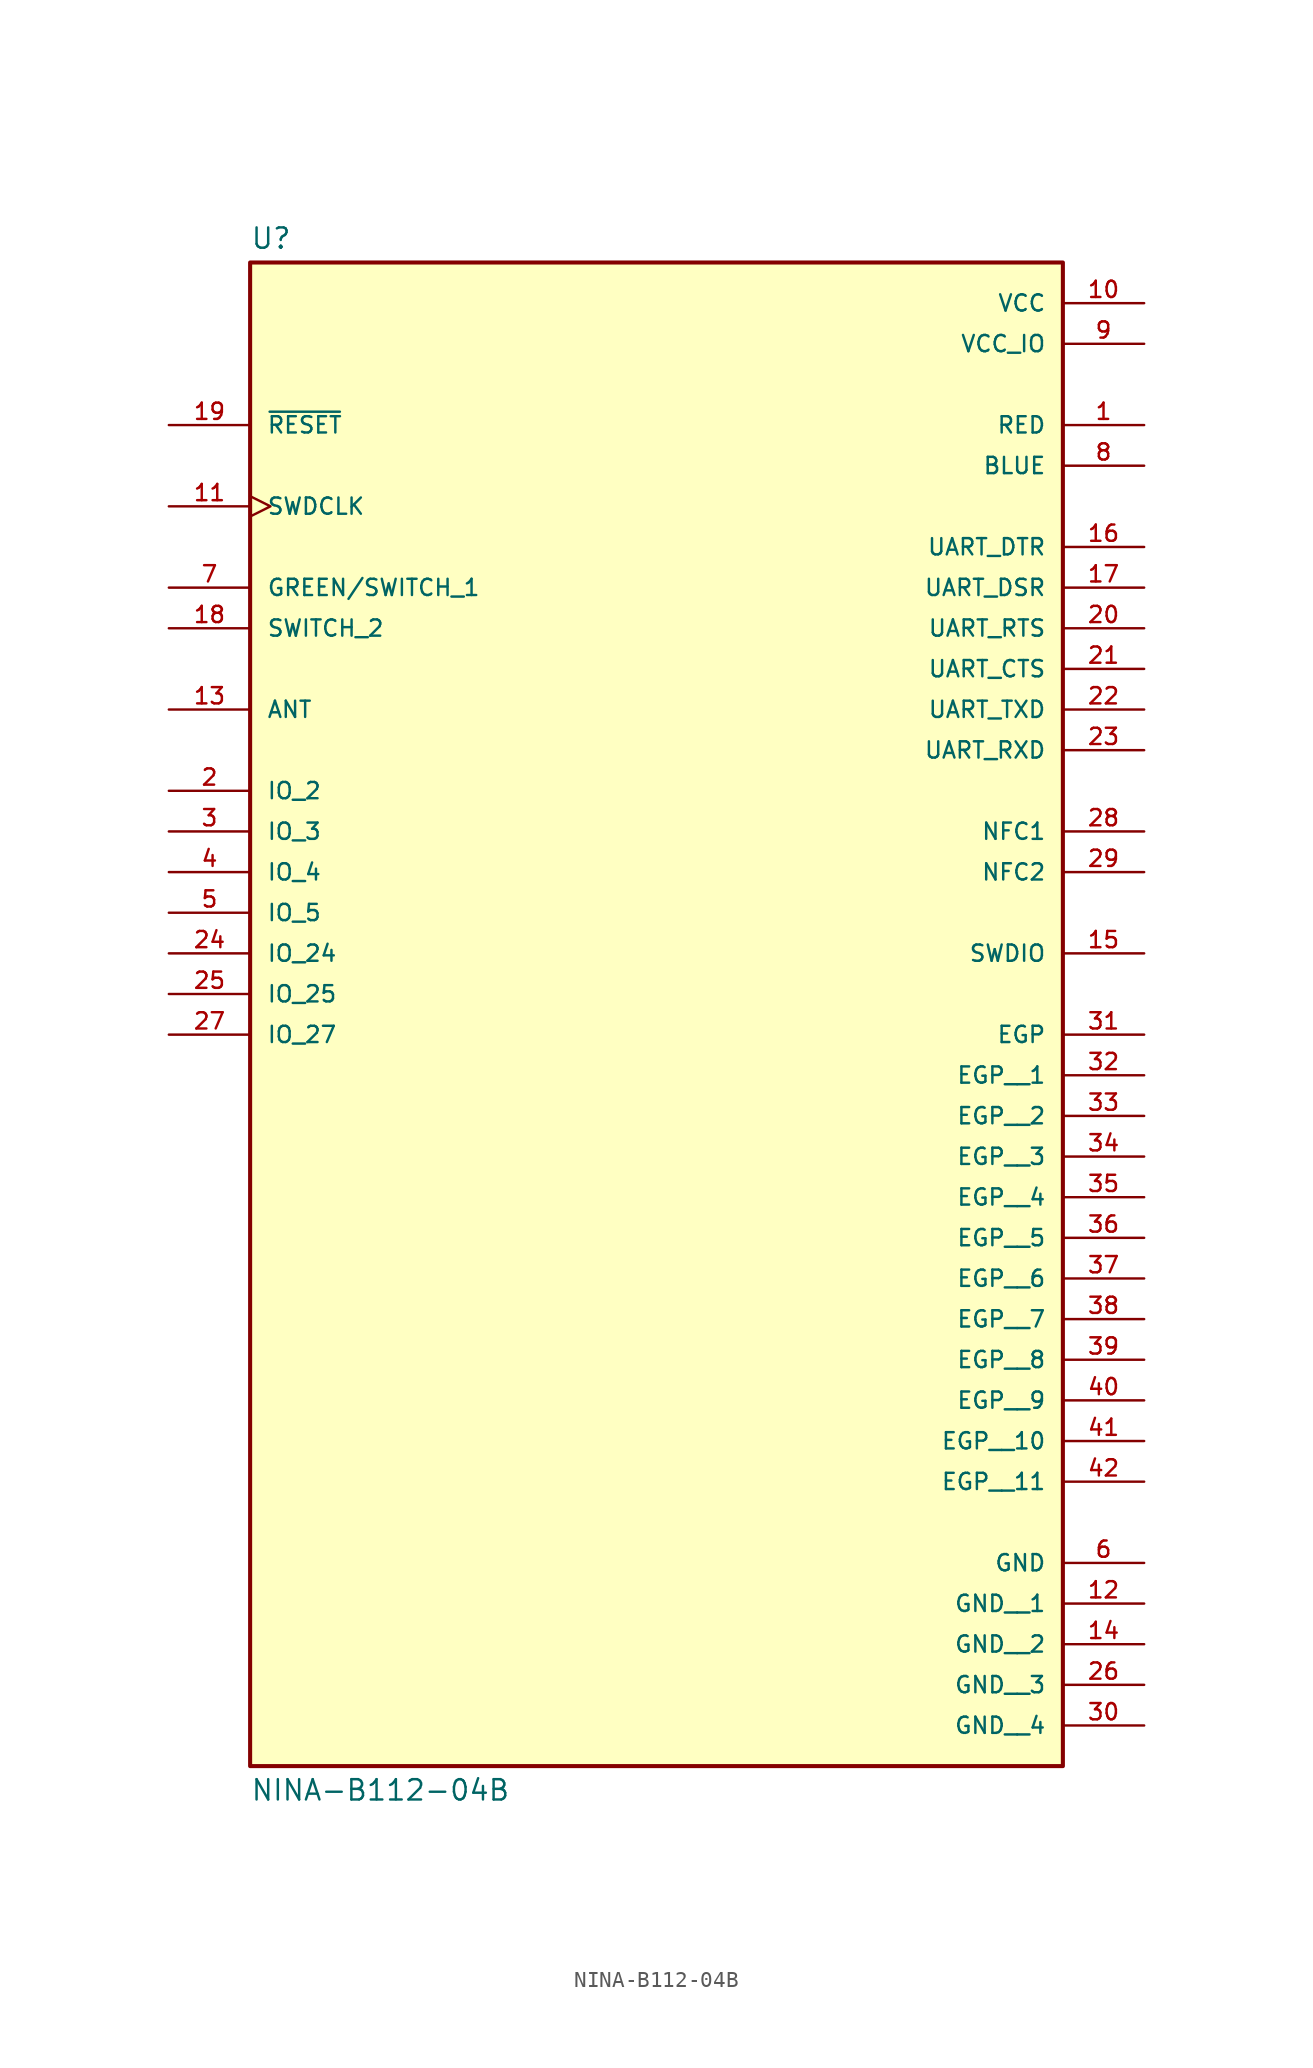
<source format=kicad_sym>
(kicad_symbol_lib
  (version 20211014)
  (generator kicad_symbol_editor)
  (symbol "NINA-B112-04B"
    (pin_names
      (offset 1.016))
    (property "Reference" "U"
      (at -25.4 28.702 0)
      (effects (font (size 1.27 1.27)) (justify bottom left)))
    (property "Value" "NINA-B112-04B"
      (at -25.4 -66.802 0)
      (effects (font (size 1.27 1.27)) (justify top left)))
    (symbol "NINA-B112-04B_0_0"
      (rectangle (start -25.4 -66.04) (end 25.4 27.94) (stroke (width 0.254)) (fill (type background)))
      (pin power_in line (at 30.48 25.4 180.0) (length 5.08) (name "VCC" (effects (font (size 1.016 1.016)))) (number "10" (effects (font (size 1.016 1.016)))))
      (pin power_in line (at 30.48 22.86 180.0) (length 5.08) (name "VCC_IO" (effects (font (size 1.016 1.016)))) (number "9" (effects (font (size 1.016 1.016)))))
      (pin input line (at -30.48 17.78 0) (length 5.08) (name "~{RESET}" (effects (font (size 1.016 1.016)))) (number "19" (effects (font (size 1.016 1.016)))))
      (pin input clock (at -30.48 12.7 0) (length 5.08) (name "SWDCLK" (effects (font (size 1.016 1.016)))) (number "11" (effects (font (size 1.016 1.016)))))
      (pin input line (at -30.48 5.08 0) (length 5.08) (name "SWITCH_2" (effects (font (size 1.016 1.016)))) (number "18" (effects (font (size 1.016 1.016)))))
      (pin input line (at 30.48 2.54 180.0) (length 5.08) (name "UART_CTS" (effects (font (size 1.016 1.016)))) (number "21" (effects (font (size 1.016 1.016)))))
      (pin input line (at 30.48 7.62 180.0) (length 5.08) (name "UART_DSR" (effects (font (size 1.016 1.016)))) (number "17" (effects (font (size 1.016 1.016)))))
      (pin input line (at 30.48 -2.54 180.0) (length 5.08) (name "UART_RXD" (effects (font (size 1.016 1.016)))) (number "23" (effects (font (size 1.016 1.016)))))
      (pin bidirectional line (at -30.48 0.0 0) (length 5.08) (name "ANT" (effects (font (size 1.016 1.016)))) (number "13" (effects (font (size 1.016 1.016)))))
      (pin bidirectional line (at -30.48 7.62 0) (length 5.08) (name "GREEN/SWITCH_1" (effects (font (size 1.016 1.016)))) (number "7" (effects (font (size 1.016 1.016)))))
      (pin bidirectional line (at -30.48 -5.08 0) (length 5.08) (name "IO_2" (effects (font (size 1.016 1.016)))) (number "2" (effects (font (size 1.016 1.016)))))
      (pin bidirectional line (at -30.48 -15.24 0) (length 5.08) (name "IO_24" (effects (font (size 1.016 1.016)))) (number "24" (effects (font (size 1.016 1.016)))))
      (pin bidirectional line (at -30.48 -17.78 0) (length 5.08) (name "IO_25" (effects (font (size 1.016 1.016)))) (number "25" (effects (font (size 1.016 1.016)))))
      (pin bidirectional line (at -30.48 -20.32 0) (length 5.08) (name "IO_27" (effects (font (size 1.016 1.016)))) (number "27" (effects (font (size 1.016 1.016)))))
      (pin passive line (at 30.48 -20.32 180.0) (length 5.08) (name "EGP" (effects (font (size 1.016 1.016)))) (number "31" (effects (font (size 1.016 1.016)))))
      (pin output line (at 30.48 15.24 180.0) (length 5.08) (name "BLUE" (effects (font (size 1.016 1.016)))) (number "8" (effects (font (size 1.016 1.016)))))
      (pin output line (at 30.48 17.78 180.0) (length 5.08) (name "RED" (effects (font (size 1.016 1.016)))) (number "1" (effects (font (size 1.016 1.016)))))
      (pin output line (at 30.48 10.16 180.0) (length 5.08) (name "UART_DTR" (effects (font (size 1.016 1.016)))) (number "16" (effects (font (size 1.016 1.016)))))
      (pin output line (at 30.48 5.08 180.0) (length 5.08) (name "UART_RTS" (effects (font (size 1.016 1.016)))) (number "20" (effects (font (size 1.016 1.016)))))
      (pin output line (at 30.48 0.0 180.0) (length 5.08) (name "UART_TXD" (effects (font (size 1.016 1.016)))) (number "22" (effects (font (size 1.016 1.016)))))
      (pin bidirectional line (at -30.48 -7.62 0) (length 5.08) (name "IO_3" (effects (font (size 1.016 1.016)))) (number "3" (effects (font (size 1.016 1.016)))))
      (pin bidirectional line (at -30.48 -10.16 0) (length 5.08) (name "IO_4" (effects (font (size 1.016 1.016)))) (number "4" (effects (font (size 1.016 1.016)))))
      (pin bidirectional line (at -30.48 -12.7 0) (length 5.08) (name "IO_5" (effects (font (size 1.016 1.016)))) (number "5" (effects (font (size 1.016 1.016)))))
      (pin bidirectional line (at 30.48 -7.62 180.0) (length 5.08) (name "NFC1" (effects (font (size 1.016 1.016)))) (number "28" (effects (font (size 1.016 1.016)))))
      (pin bidirectional line (at 30.48 -10.16 180.0) (length 5.08) (name "NFC2" (effects (font (size 1.016 1.016)))) (number "29" (effects (font (size 1.016 1.016)))))
      (pin bidirectional line (at 30.48 -15.24 180.0) (length 5.08) (name "SWDIO" (effects (font (size 1.016 1.016)))) (number "15" (effects (font (size 1.016 1.016)))))
      (pin power_in line (at 30.48 -53.34 180.0) (length 5.08) (name "GND" (effects (font (size 1.016 1.016)))) (number "6" (effects (font (size 1.016 1.016)))))
      (pin passive line (at 30.48 -22.86 180.0) (length 5.08) (name "EGP__1" (effects (font (size 1.016 1.016)))) (number "32" (effects (font (size 1.016 1.016)))))
      (pin passive line (at 30.48 -25.4 180.0) (length 5.08) (name "EGP__2" (effects (font (size 1.016 1.016)))) (number "33" (effects (font (size 1.016 1.016)))))
      (pin passive line (at 30.48 -27.94 180.0) (length 5.08) (name "EGP__3" (effects (font (size 1.016 1.016)))) (number "34" (effects (font (size 1.016 1.016)))))
      (pin passive line (at 30.48 -30.48 180.0) (length 5.08) (name "EGP__4" (effects (font (size 1.016 1.016)))) (number "35" (effects (font (size 1.016 1.016)))))
      (pin passive line (at 30.48 -33.02 180.0) (length 5.08) (name "EGP__5" (effects (font (size 1.016 1.016)))) (number "36" (effects (font (size 1.016 1.016)))))
      (pin passive line (at 30.48 -35.56 180.0) (length 5.08) (name "EGP__6" (effects (font (size 1.016 1.016)))) (number "37" (effects (font (size 1.016 1.016)))))
      (pin passive line (at 30.48 -38.1 180.0) (length 5.08) (name "EGP__7" (effects (font (size 1.016 1.016)))) (number "38" (effects (font (size 1.016 1.016)))))
      (pin passive line (at 30.48 -40.64 180.0) (length 5.08) (name "EGP__8" (effects (font (size 1.016 1.016)))) (number "39" (effects (font (size 1.016 1.016)))))
      (pin passive line (at 30.48 -43.18 180.0) (length 5.08) (name "EGP__9" (effects (font (size 1.016 1.016)))) (number "40" (effects (font (size 1.016 1.016)))))
      (pin passive line (at 30.48 -45.72 180.0) (length 5.08) (name "EGP__10" (effects (font (size 1.016 1.016)))) (number "41" (effects (font (size 1.016 1.016)))))
      (pin passive line (at 30.48 -48.26 180.0) (length 5.08) (name "EGP__11" (effects (font (size 1.016 1.016)))) (number "42" (effects (font (size 1.016 1.016)))))
      (pin power_in line (at 30.48 -55.88 180.0) (length 5.08) (name "GND__1" (effects (font (size 1.016 1.016)))) (number "12" (effects (font (size 1.016 1.016)))))
      (pin power_in line (at 30.48 -58.42 180.0) (length 5.08) (name "GND__2" (effects (font (size 1.016 1.016)))) (number "14" (effects (font (size 1.016 1.016)))))
      (pin power_in line (at 30.48 -60.96 180.0) (length 5.08) (name "GND__3" (effects (font (size 1.016 1.016)))) (number "26" (effects (font (size 1.016 1.016)))))
      (pin power_in line (at 30.48 -63.5 180.0) (length 5.08) (name "GND__4" (effects (font (size 1.016 1.016)))) (number "30" (effects (font (size 1.016 1.016))))))))
</source>
